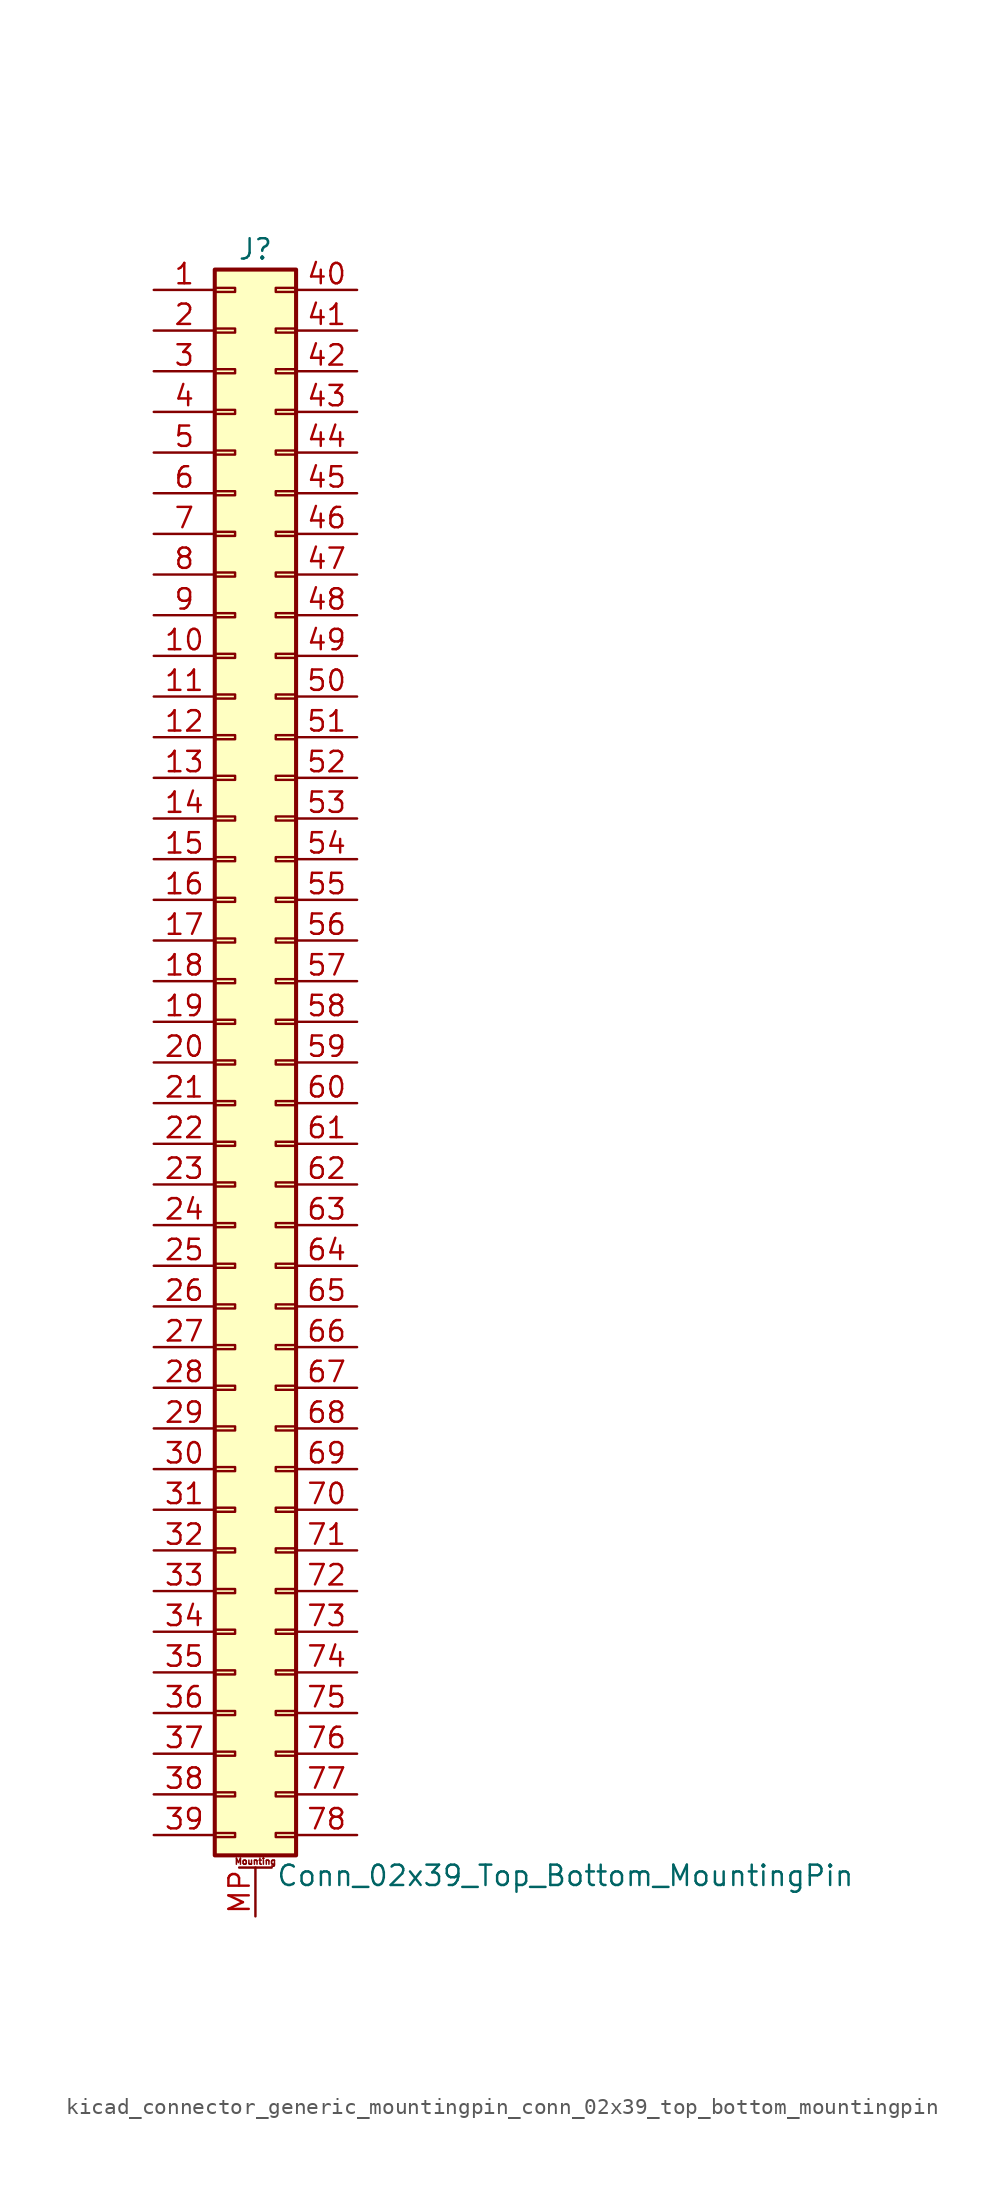
<source format=kicad_sym>
(kicad_symbol_lib
  (version 20220914)
  (generator kicad_symbol_editor)
  (symbol "kicad_connector_generic_mountingpin_conn_02x39_top_bottom_mountingpin"
    (pin_names
      (offset 1.016) hide)
    (property "Reference" "J"
      (at 1.27 50.8 0)
      (effects (font (size 1.27 1.27))))
    (property "Value" "Conn_02x39_Top_Bottom_MountingPin"
      (at 2.54 -50.8 0)
      (effects (font (size 1.27 1.27)) (justify left)))
    (symbol "kicad_connector_generic_mountingpin_conn_02x39_top_bottom_mountingpin_1_1"
      (rectangle (start -1.27 -48.133) (end 0 -48.387) (stroke (width 0.152) (type default)) (fill (type none)))
      (rectangle (start -1.27 -45.593) (end 0 -45.847) (stroke (width 0.152) (type default)) (fill (type none)))
      (rectangle (start -1.27 -43.053) (end 0 -43.307) (stroke (width 0.152) (type default)) (fill (type none)))
      (rectangle (start -1.27 -40.513) (end 0 -40.767) (stroke (width 0.152) (type default)) (fill (type none)))
      (rectangle (start -1.27 -37.973) (end 0 -38.227) (stroke (width 0.152) (type default)) (fill (type none)))
      (rectangle (start -1.27 -35.433) (end 0 -35.687) (stroke (width 0.152) (type default)) (fill (type none)))
      (rectangle (start -1.27 -32.893) (end 0 -33.147) (stroke (width 0.152) (type default)) (fill (type none)))
      (rectangle (start -1.27 -30.353) (end 0 -30.607) (stroke (width 0.152) (type default)) (fill (type none)))
      (rectangle (start -1.27 -27.813) (end 0 -28.067) (stroke (width 0.152) (type default)) (fill (type none)))
      (rectangle (start -1.27 -25.273) (end 0 -25.527) (stroke (width 0.152) (type default)) (fill (type none)))
      (rectangle (start -1.27 -22.733) (end 0 -22.987) (stroke (width 0.152) (type default)) (fill (type none)))
      (rectangle (start -1.27 -20.193) (end 0 -20.447) (stroke (width 0.152) (type default)) (fill (type none)))
      (rectangle (start -1.27 -17.653) (end 0 -17.907) (stroke (width 0.152) (type default)) (fill (type none)))
      (rectangle (start -1.27 -15.113) (end 0 -15.367) (stroke (width 0.152) (type default)) (fill (type none)))
      (rectangle (start -1.27 -12.573) (end 0 -12.827) (stroke (width 0.152) (type default)) (fill (type none)))
      (rectangle (start -1.27 -10.033) (end 0 -10.287) (stroke (width 0.152) (type default)) (fill (type none)))
      (rectangle (start -1.27 -7.493) (end 0 -7.747) (stroke (width 0.152) (type default)) (fill (type none)))
      (rectangle (start -1.27 -4.953) (end 0 -5.207) (stroke (width 0.152) (type default)) (fill (type none)))
      (rectangle (start -1.27 -2.413) (end 0 -2.667) (stroke (width 0.152) (type default)) (fill (type none)))
      (rectangle (start -1.27 0.127) (end 0 -0.127) (stroke (width 0.152) (type default)) (fill (type none)))
      (rectangle (start -1.27 2.667) (end 0 2.413) (stroke (width 0.152) (type default)) (fill (type none)))
      (rectangle (start -1.27 5.207) (end 0 4.953) (stroke (width 0.152) (type default)) (fill (type none)))
      (rectangle (start -1.27 7.747) (end 0 7.493) (stroke (width 0.152) (type default)) (fill (type none)))
      (rectangle (start -1.27 10.287) (end 0 10.033) (stroke (width 0.152) (type default)) (fill (type none)))
      (rectangle (start -1.27 12.827) (end 0 12.573) (stroke (width 0.152) (type default)) (fill (type none)))
      (rectangle (start -1.27 15.367) (end 0 15.113) (stroke (width 0.152) (type default)) (fill (type none)))
      (rectangle (start -1.27 17.907) (end 0 17.653) (stroke (width 0.152) (type default)) (fill (type none)))
      (rectangle (start -1.27 20.447) (end 0 20.193) (stroke (width 0.152) (type default)) (fill (type none)))
      (rectangle (start -1.27 22.987) (end 0 22.733) (stroke (width 0.152) (type default)) (fill (type none)))
      (rectangle (start -1.27 25.527) (end 0 25.273) (stroke (width 0.152) (type default)) (fill (type none)))
      (rectangle (start -1.27 28.067) (end 0 27.813) (stroke (width 0.152) (type default)) (fill (type none)))
      (rectangle (start -1.27 30.607) (end 0 30.353) (stroke (width 0.152) (type default)) (fill (type none)))
      (rectangle (start -1.27 33.147) (end 0 32.893) (stroke (width 0.152) (type default)) (fill (type none)))
      (rectangle (start -1.27 35.687) (end 0 35.433) (stroke (width 0.152) (type default)) (fill (type none)))
      (rectangle (start -1.27 38.227) (end 0 37.973) (stroke (width 0.152) (type default)) (fill (type none)))
      (rectangle (start -1.27 40.767) (end 0 40.513) (stroke (width 0.152) (type default)) (fill (type none)))
      (rectangle (start -1.27 43.307) (end 0 43.053) (stroke (width 0.152) (type default)) (fill (type none)))
      (rectangle (start -1.27 45.847) (end 0 45.593) (stroke (width 0.152) (type default)) (fill (type none)))
      (rectangle (start -1.27 48.387) (end 0 48.133) (stroke (width 0.152) (type default)) (fill (type none)))
      (rectangle (start -1.27 49.53) (end 3.81 -49.53) (stroke (width 0.254) (type default)) (fill (type background)))
      (polyline (pts (xy 0.254 -50.292) (xy 2.286 -50.292)) (stroke (width 0.152) (type default)) (fill (type none)))
      (rectangle (start 3.81 -48.133) (end 2.54 -48.387) (stroke (width 0.152) (type default)) (fill (type none)))
      (rectangle (start 3.81 -45.593) (end 2.54 -45.847) (stroke (width 0.152) (type default)) (fill (type none)))
      (rectangle (start 3.81 -43.053) (end 2.54 -43.307) (stroke (width 0.152) (type default)) (fill (type none)))
      (rectangle (start 3.81 -40.513) (end 2.54 -40.767) (stroke (width 0.152) (type default)) (fill (type none)))
      (rectangle (start 3.81 -37.973) (end 2.54 -38.227) (stroke (width 0.152) (type default)) (fill (type none)))
      (rectangle (start 3.81 -35.433) (end 2.54 -35.687) (stroke (width 0.152) (type default)) (fill (type none)))
      (rectangle (start 3.81 -32.893) (end 2.54 -33.147) (stroke (width 0.152) (type default)) (fill (type none)))
      (rectangle (start 3.81 -30.353) (end 2.54 -30.607) (stroke (width 0.152) (type default)) (fill (type none)))
      (rectangle (start 3.81 -27.813) (end 2.54 -28.067) (stroke (width 0.152) (type default)) (fill (type none)))
      (rectangle (start 3.81 -25.273) (end 2.54 -25.527) (stroke (width 0.152) (type default)) (fill (type none)))
      (rectangle (start 3.81 -22.733) (end 2.54 -22.987) (stroke (width 0.152) (type default)) (fill (type none)))
      (rectangle (start 3.81 -20.193) (end 2.54 -20.447) (stroke (width 0.152) (type default)) (fill (type none)))
      (rectangle (start 3.81 -17.653) (end 2.54 -17.907) (stroke (width 0.152) (type default)) (fill (type none)))
      (rectangle (start 3.81 -15.113) (end 2.54 -15.367) (stroke (width 0.152) (type default)) (fill (type none)))
      (rectangle (start 3.81 -12.573) (end 2.54 -12.827) (stroke (width 0.152) (type default)) (fill (type none)))
      (rectangle (start 3.81 -10.033) (end 2.54 -10.287) (stroke (width 0.152) (type default)) (fill (type none)))
      (rectangle (start 3.81 -7.493) (end 2.54 -7.747) (stroke (width 0.152) (type default)) (fill (type none)))
      (rectangle (start 3.81 -4.953) (end 2.54 -5.207) (stroke (width 0.152) (type default)) (fill (type none)))
      (rectangle (start 3.81 -2.413) (end 2.54 -2.667) (stroke (width 0.152) (type default)) (fill (type none)))
      (rectangle (start 3.81 0.127) (end 2.54 -0.127) (stroke (width 0.152) (type default)) (fill (type none)))
      (rectangle (start 3.81 2.667) (end 2.54 2.413) (stroke (width 0.152) (type default)) (fill (type none)))
      (rectangle (start 3.81 5.207) (end 2.54 4.953) (stroke (width 0.152) (type default)) (fill (type none)))
      (rectangle (start 3.81 7.747) (end 2.54 7.493) (stroke (width 0.152) (type default)) (fill (type none)))
      (rectangle (start 3.81 10.287) (end 2.54 10.033) (stroke (width 0.152) (type default)) (fill (type none)))
      (rectangle (start 3.81 12.827) (end 2.54 12.573) (stroke (width 0.152) (type default)) (fill (type none)))
      (rectangle (start 3.81 15.367) (end 2.54 15.113) (stroke (width 0.152) (type default)) (fill (type none)))
      (rectangle (start 3.81 17.907) (end 2.54 17.653) (stroke (width 0.152) (type default)) (fill (type none)))
      (rectangle (start 3.81 20.447) (end 2.54 20.193) (stroke (width 0.152) (type default)) (fill (type none)))
      (rectangle (start 3.81 22.987) (end 2.54 22.733) (stroke (width 0.152) (type default)) (fill (type none)))
      (rectangle (start 3.81 25.527) (end 2.54 25.273) (stroke (width 0.152) (type default)) (fill (type none)))
      (rectangle (start 3.81 28.067) (end 2.54 27.813) (stroke (width 0.152) (type default)) (fill (type none)))
      (rectangle (start 3.81 30.607) (end 2.54 30.353) (stroke (width 0.152) (type default)) (fill (type none)))
      (rectangle (start 3.81 33.147) (end 2.54 32.893) (stroke (width 0.152) (type default)) (fill (type none)))
      (rectangle (start 3.81 35.687) (end 2.54 35.433) (stroke (width 0.152) (type default)) (fill (type none)))
      (rectangle (start 3.81 38.227) (end 2.54 37.973) (stroke (width 0.152) (type default)) (fill (type none)))
      (rectangle (start 3.81 40.767) (end 2.54 40.513) (stroke (width 0.152) (type default)) (fill (type none)))
      (rectangle (start 3.81 43.307) (end 2.54 43.053) (stroke (width 0.152) (type default)) (fill (type none)))
      (rectangle (start 3.81 45.847) (end 2.54 45.593) (stroke (width 0.152) (type default)) (fill (type none)))
      (rectangle (start 3.81 48.387) (end 2.54 48.133) (stroke (width 0.152) (type default)) (fill (type none)))
      (text "Mounting" (at 1.27 -49.911 0) (effects (font (size 0.381 0.381))))
      (pin passive line (at -5.08 48.26 0) (length 3.81) (name "Pin_1" (effects (font (size 1.27 1.27)))) (number "1" (effects (font (size 1.27 1.27)))))
      (pin passive line (at -5.08 25.4 0) (length 3.81) (name "Pin_10" (effects (font (size 1.27 1.27)))) (number "10" (effects (font (size 1.27 1.27)))))
      (pin passive line (at -5.08 22.86 0) (length 3.81) (name "Pin_11" (effects (font (size 1.27 1.27)))) (number "11" (effects (font (size 1.27 1.27)))))
      (pin passive line (at -5.08 20.32 0) (length 3.81) (name "Pin_12" (effects (font (size 1.27 1.27)))) (number "12" (effects (font (size 1.27 1.27)))))
      (pin passive line (at -5.08 17.78 0) (length 3.81) (name "Pin_13" (effects (font (size 1.27 1.27)))) (number "13" (effects (font (size 1.27 1.27)))))
      (pin passive line (at -5.08 15.24 0) (length 3.81) (name "Pin_14" (effects (font (size 1.27 1.27)))) (number "14" (effects (font (size 1.27 1.27)))))
      (pin passive line (at -5.08 12.7 0) (length 3.81) (name "Pin_15" (effects (font (size 1.27 1.27)))) (number "15" (effects (font (size 1.27 1.27)))))
      (pin passive line (at -5.08 10.16 0) (length 3.81) (name "Pin_16" (effects (font (size 1.27 1.27)))) (number "16" (effects (font (size 1.27 1.27)))))
      (pin passive line (at -5.08 7.62 0) (length 3.81) (name "Pin_17" (effects (font (size 1.27 1.27)))) (number "17" (effects (font (size 1.27 1.27)))))
      (pin passive line (at -5.08 5.08 0) (length 3.81) (name "Pin_18" (effects (font (size 1.27 1.27)))) (number "18" (effects (font (size 1.27 1.27)))))
      (pin passive line (at -5.08 2.54 0) (length 3.81) (name "Pin_19" (effects (font (size 1.27 1.27)))) (number "19" (effects (font (size 1.27 1.27)))))
      (pin passive line (at -5.08 45.72 0) (length 3.81) (name "Pin_2" (effects (font (size 1.27 1.27)))) (number "2" (effects (font (size 1.27 1.27)))))
      (pin passive line (at -5.08 0 0) (length 3.81) (name "Pin_20" (effects (font (size 1.27 1.27)))) (number "20" (effects (font (size 1.27 1.27)))))
      (pin passive line (at -5.08 -2.54 0) (length 3.81) (name "Pin_21" (effects (font (size 1.27 1.27)))) (number "21" (effects (font (size 1.27 1.27)))))
      (pin passive line (at -5.08 -5.08 0) (length 3.81) (name "Pin_22" (effects (font (size 1.27 1.27)))) (number "22" (effects (font (size 1.27 1.27)))))
      (pin passive line (at -5.08 -7.62 0) (length 3.81) (name "Pin_23" (effects (font (size 1.27 1.27)))) (number "23" (effects (font (size 1.27 1.27)))))
      (pin passive line (at -5.08 -10.16 0) (length 3.81) (name "Pin_24" (effects (font (size 1.27 1.27)))) (number "24" (effects (font (size 1.27 1.27)))))
      (pin passive line (at -5.08 -12.7 0) (length 3.81) (name "Pin_25" (effects (font (size 1.27 1.27)))) (number "25" (effects (font (size 1.27 1.27)))))
      (pin passive line (at -5.08 -15.24 0) (length 3.81) (name "Pin_26" (effects (font (size 1.27 1.27)))) (number "26" (effects (font (size 1.27 1.27)))))
      (pin passive line (at -5.08 -17.78 0) (length 3.81) (name "Pin_27" (effects (font (size 1.27 1.27)))) (number "27" (effects (font (size 1.27 1.27)))))
      (pin passive line (at -5.08 -20.32 0) (length 3.81) (name "Pin_28" (effects (font (size 1.27 1.27)))) (number "28" (effects (font (size 1.27 1.27)))))
      (pin passive line (at -5.08 -22.86 0) (length 3.81) (name "Pin_29" (effects (font (size 1.27 1.27)))) (number "29" (effects (font (size 1.27 1.27)))))
      (pin passive line (at -5.08 43.18 0) (length 3.81) (name "Pin_3" (effects (font (size 1.27 1.27)))) (number "3" (effects (font (size 1.27 1.27)))))
      (pin passive line (at -5.08 -25.4 0) (length 3.81) (name "Pin_30" (effects (font (size 1.27 1.27)))) (number "30" (effects (font (size 1.27 1.27)))))
      (pin passive line (at -5.08 -27.94 0) (length 3.81) (name "Pin_31" (effects (font (size 1.27 1.27)))) (number "31" (effects (font (size 1.27 1.27)))))
      (pin passive line (at -5.08 -30.48 0) (length 3.81) (name "Pin_32" (effects (font (size 1.27 1.27)))) (number "32" (effects (font (size 1.27 1.27)))))
      (pin passive line (at -5.08 -33.02 0) (length 3.81) (name "Pin_33" (effects (font (size 1.27 1.27)))) (number "33" (effects (font (size 1.27 1.27)))))
      (pin passive line (at -5.08 -35.56 0) (length 3.81) (name "Pin_34" (effects (font (size 1.27 1.27)))) (number "34" (effects (font (size 1.27 1.27)))))
      (pin passive line (at -5.08 -38.1 0) (length 3.81) (name "Pin_35" (effects (font (size 1.27 1.27)))) (number "35" (effects (font (size 1.27 1.27)))))
      (pin passive line (at -5.08 -40.64 0) (length 3.81) (name "Pin_36" (effects (font (size 1.27 1.27)))) (number "36" (effects (font (size 1.27 1.27)))))
      (pin passive line (at -5.08 -43.18 0) (length 3.81) (name "Pin_37" (effects (font (size 1.27 1.27)))) (number "37" (effects (font (size 1.27 1.27)))))
      (pin passive line (at -5.08 -45.72 0) (length 3.81) (name "Pin_38" (effects (font (size 1.27 1.27)))) (number "38" (effects (font (size 1.27 1.27)))))
      (pin passive line (at -5.08 -48.26 0) (length 3.81) (name "Pin_39" (effects (font (size 1.27 1.27)))) (number "39" (effects (font (size 1.27 1.27)))))
      (pin passive line (at -5.08 40.64 0) (length 3.81) (name "Pin_4" (effects (font (size 1.27 1.27)))) (number "4" (effects (font (size 1.27 1.27)))))
      (pin passive line (at 7.62 48.26 180) (length 3.81) (name "Pin_40" (effects (font (size 1.27 1.27)))) (number "40" (effects (font (size 1.27 1.27)))))
      (pin passive line (at 7.62 45.72 180) (length 3.81) (name "Pin_41" (effects (font (size 1.27 1.27)))) (number "41" (effects (font (size 1.27 1.27)))))
      (pin passive line (at 7.62 43.18 180) (length 3.81) (name "Pin_42" (effects (font (size 1.27 1.27)))) (number "42" (effects (font (size 1.27 1.27)))))
      (pin passive line (at 7.62 40.64 180) (length 3.81) (name "Pin_43" (effects (font (size 1.27 1.27)))) (number "43" (effects (font (size 1.27 1.27)))))
      (pin passive line (at 7.62 38.1 180) (length 3.81) (name "Pin_44" (effects (font (size 1.27 1.27)))) (number "44" (effects (font (size 1.27 1.27)))))
      (pin passive line (at 7.62 35.56 180) (length 3.81) (name "Pin_45" (effects (font (size 1.27 1.27)))) (number "45" (effects (font (size 1.27 1.27)))))
      (pin passive line (at 7.62 33.02 180) (length 3.81) (name "Pin_46" (effects (font (size 1.27 1.27)))) (number "46" (effects (font (size 1.27 1.27)))))
      (pin passive line (at 7.62 30.48 180) (length 3.81) (name "Pin_47" (effects (font (size 1.27 1.27)))) (number "47" (effects (font (size 1.27 1.27)))))
      (pin passive line (at 7.62 27.94 180) (length 3.81) (name "Pin_48" (effects (font (size 1.27 1.27)))) (number "48" (effects (font (size 1.27 1.27)))))
      (pin passive line (at 7.62 25.4 180) (length 3.81) (name "Pin_49" (effects (font (size 1.27 1.27)))) (number "49" (effects (font (size 1.27 1.27)))))
      (pin passive line (at -5.08 38.1 0) (length 3.81) (name "Pin_5" (effects (font (size 1.27 1.27)))) (number "5" (effects (font (size 1.27 1.27)))))
      (pin passive line (at 7.62 22.86 180) (length 3.81) (name "Pin_50" (effects (font (size 1.27 1.27)))) (number "50" (effects (font (size 1.27 1.27)))))
      (pin passive line (at 7.62 20.32 180) (length 3.81) (name "Pin_51" (effects (font (size 1.27 1.27)))) (number "51" (effects (font (size 1.27 1.27)))))
      (pin passive line (at 7.62 17.78 180) (length 3.81) (name "Pin_52" (effects (font (size 1.27 1.27)))) (number "52" (effects (font (size 1.27 1.27)))))
      (pin passive line (at 7.62 15.24 180) (length 3.81) (name "Pin_53" (effects (font (size 1.27 1.27)))) (number "53" (effects (font (size 1.27 1.27)))))
      (pin passive line (at 7.62 12.7 180) (length 3.81) (name "Pin_54" (effects (font (size 1.27 1.27)))) (number "54" (effects (font (size 1.27 1.27)))))
      (pin passive line (at 7.62 10.16 180) (length 3.81) (name "Pin_55" (effects (font (size 1.27 1.27)))) (number "55" (effects (font (size 1.27 1.27)))))
      (pin passive line (at 7.62 7.62 180) (length 3.81) (name "Pin_56" (effects (font (size 1.27 1.27)))) (number "56" (effects (font (size 1.27 1.27)))))
      (pin passive line (at 7.62 5.08 180) (length 3.81) (name "Pin_57" (effects (font (size 1.27 1.27)))) (number "57" (effects (font (size 1.27 1.27)))))
      (pin passive line (at 7.62 2.54 180) (length 3.81) (name "Pin_58" (effects (font (size 1.27 1.27)))) (number "58" (effects (font (size 1.27 1.27)))))
      (pin passive line (at 7.62 0 180) (length 3.81) (name "Pin_59" (effects (font (size 1.27 1.27)))) (number "59" (effects (font (size 1.27 1.27)))))
      (pin passive line (at -5.08 35.56 0) (length 3.81) (name "Pin_6" (effects (font (size 1.27 1.27)))) (number "6" (effects (font (size 1.27 1.27)))))
      (pin passive line (at 7.62 -2.54 180) (length 3.81) (name "Pin_60" (effects (font (size 1.27 1.27)))) (number "60" (effects (font (size 1.27 1.27)))))
      (pin passive line (at 7.62 -5.08 180) (length 3.81) (name "Pin_61" (effects (font (size 1.27 1.27)))) (number "61" (effects (font (size 1.27 1.27)))))
      (pin passive line (at 7.62 -7.62 180) (length 3.81) (name "Pin_62" (effects (font (size 1.27 1.27)))) (number "62" (effects (font (size 1.27 1.27)))))
      (pin passive line (at 7.62 -10.16 180) (length 3.81) (name "Pin_63" (effects (font (size 1.27 1.27)))) (number "63" (effects (font (size 1.27 1.27)))))
      (pin passive line (at 7.62 -12.7 180) (length 3.81) (name "Pin_64" (effects (font (size 1.27 1.27)))) (number "64" (effects (font (size 1.27 1.27)))))
      (pin passive line (at 7.62 -15.24 180) (length 3.81) (name "Pin_65" (effects (font (size 1.27 1.27)))) (number "65" (effects (font (size 1.27 1.27)))))
      (pin passive line (at 7.62 -17.78 180) (length 3.81) (name "Pin_66" (effects (font (size 1.27 1.27)))) (number "66" (effects (font (size 1.27 1.27)))))
      (pin passive line (at 7.62 -20.32 180) (length 3.81) (name "Pin_67" (effects (font (size 1.27 1.27)))) (number "67" (effects (font (size 1.27 1.27)))))
      (pin passive line (at 7.62 -22.86 180) (length 3.81) (name "Pin_68" (effects (font (size 1.27 1.27)))) (number "68" (effects (font (size 1.27 1.27)))))
      (pin passive line (at 7.62 -25.4 180) (length 3.81) (name "Pin_69" (effects (font (size 1.27 1.27)))) (number "69" (effects (font (size 1.27 1.27)))))
      (pin passive line (at -5.08 33.02 0) (length 3.81) (name "Pin_7" (effects (font (size 1.27 1.27)))) (number "7" (effects (font (size 1.27 1.27)))))
      (pin passive line (at 7.62 -27.94 180) (length 3.81) (name "Pin_70" (effects (font (size 1.27 1.27)))) (number "70" (effects (font (size 1.27 1.27)))))
      (pin passive line (at 7.62 -30.48 180) (length 3.81) (name "Pin_71" (effects (font (size 1.27 1.27)))) (number "71" (effects (font (size 1.27 1.27)))))
      (pin passive line (at 7.62 -33.02 180) (length 3.81) (name "Pin_72" (effects (font (size 1.27 1.27)))) (number "72" (effects (font (size 1.27 1.27)))))
      (pin passive line (at 7.62 -35.56 180) (length 3.81) (name "Pin_73" (effects (font (size 1.27 1.27)))) (number "73" (effects (font (size 1.27 1.27)))))
      (pin passive line (at 7.62 -38.1 180) (length 3.81) (name "Pin_74" (effects (font (size 1.27 1.27)))) (number "74" (effects (font (size 1.27 1.27)))))
      (pin passive line (at 7.62 -40.64 180) (length 3.81) (name "Pin_75" (effects (font (size 1.27 1.27)))) (number "75" (effects (font (size 1.27 1.27)))))
      (pin passive line (at 7.62 -43.18 180) (length 3.81) (name "Pin_76" (effects (font (size 1.27 1.27)))) (number "76" (effects (font (size 1.27 1.27)))))
      (pin passive line (at 7.62 -45.72 180) (length 3.81) (name "Pin_77" (effects (font (size 1.27 1.27)))) (number "77" (effects (font (size 1.27 1.27)))))
      (pin passive line (at 7.62 -48.26 180) (length 3.81) (name "Pin_78" (effects (font (size 1.27 1.27)))) (number "78" (effects (font (size 1.27 1.27)))))
      (pin passive line (at -5.08 30.48 0) (length 3.81) (name "Pin_8" (effects (font (size 1.27 1.27)))) (number "8" (effects (font (size 1.27 1.27)))))
      (pin passive line (at -5.08 27.94 0) (length 3.81) (name "Pin_9" (effects (font (size 1.27 1.27)))) (number "9" (effects (font (size 1.27 1.27)))))
      (pin passive line (at 1.27 -53.34 90) (length 3.048) (name "MountPin" (effects (font (size 1.27 1.27)))) (number "MP" (effects (font (size 1.27 1.27))))))))
</source>
